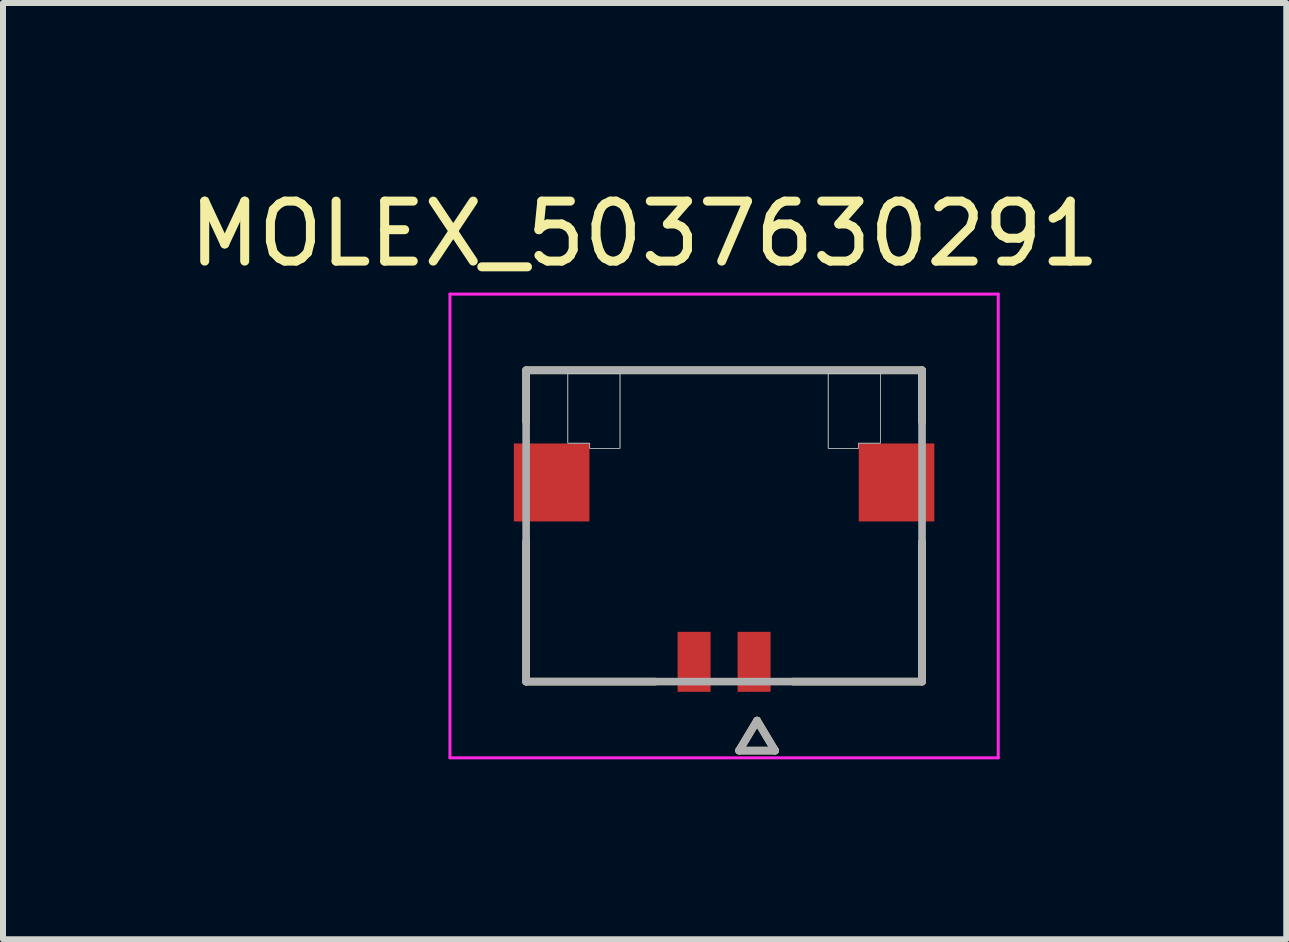
<source format=kicad_pcb>
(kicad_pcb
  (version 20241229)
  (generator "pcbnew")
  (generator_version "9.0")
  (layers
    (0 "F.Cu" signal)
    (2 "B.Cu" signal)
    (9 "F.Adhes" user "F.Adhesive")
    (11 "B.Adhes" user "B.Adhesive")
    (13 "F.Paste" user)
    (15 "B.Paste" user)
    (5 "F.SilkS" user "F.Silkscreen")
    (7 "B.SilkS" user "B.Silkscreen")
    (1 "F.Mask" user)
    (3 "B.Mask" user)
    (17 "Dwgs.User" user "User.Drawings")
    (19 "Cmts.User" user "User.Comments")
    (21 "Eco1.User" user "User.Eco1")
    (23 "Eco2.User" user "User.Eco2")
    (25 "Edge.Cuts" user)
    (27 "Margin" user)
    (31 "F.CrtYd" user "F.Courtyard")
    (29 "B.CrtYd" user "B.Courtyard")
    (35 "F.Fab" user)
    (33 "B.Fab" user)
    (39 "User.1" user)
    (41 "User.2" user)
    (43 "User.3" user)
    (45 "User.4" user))
  (footprint "MOLEX_5037630291"
    (layer "F.Cu")
    (at 9.021 5.718)
    (property "Reference" "MOLEX_5037630291" (at -1.325 -4.87 0) (layer "F.SilkS") (effects (font (size 1 1) (thickness 0.15))))
    (attr through_hole)
    (fp_poly (pts (xy -3.581 -1.451) (xy -2.169 -1.451) (xy -2.169 0.001) (xy -3.581 0.001)) (stroke (width 0.01) (type solid)) (fill yes) (layer "F.Mask"))
    (fp_poly (pts (xy -0.851 1.689) (xy -0.149 1.689) (xy -0.149 2.841) (xy -0.851 2.841)) (stroke (width 0.01) (type solid)) (fill yes) (layer "F.Mask"))
    (fp_poly (pts (xy 0.149 1.689) (xy 0.851 1.689) (xy 0.851 2.841) (xy 0.149 2.841)) (stroke (width 0.01) (type solid)) (fill yes) (layer "F.Mask"))
    (fp_poly (pts (xy 2.169 -1.451) (xy 3.581 -1.451) (xy 3.581 0.001) (xy 2.169 0.001)) (stroke (width 0.01) (type solid)) (fill yes) (layer "F.Mask"))
    (fp_line (start -3.3 -2.595) (end -3.3 -1.735) (stroke (width 0.127) (type solid)) (layer "F.SilkS"))
    (fp_line (start -3.3 2.595) (end -3.3 0.265) (stroke (width 0.127) (type solid)) (layer "F.SilkS"))
    (fp_line (start -1.15 2.595) (end -3.3 2.595) (stroke (width 0.127) (type solid)) (layer "F.SilkS"))
    (fp_line (start 0.25 3.745) (end 0.55 3.245) (stroke (width 0.127) (type solid)) (layer "F.SilkS"))
    (fp_line (start 0.55 3.245) (end 0.85 3.745) (stroke (width 0.127) (type solid)) (layer "F.SilkS"))
    (fp_line (start 0.85 3.745) (end 0.25 3.745) (stroke (width 0.127) (type solid)) (layer "F.SilkS"))
    (fp_line (start 3.3 -2.595) (end -3.3 -2.595) (stroke (width 0.127) (type solid)) (layer "F.SilkS"))
    (fp_line (start 3.3 -2.595) (end 3.3 -1.735) (stroke (width 0.127) (type solid)) (layer "F.SilkS"))
    (fp_line (start 3.3 0.265) (end 3.3 2.595) (stroke (width 0.127) (type solid)) (layer "F.SilkS"))
    (fp_line (start 3.3 2.595) (end 1.15 2.595) (stroke (width 0.127) (type solid)) (layer "F.SilkS"))
    (fp_poly (pts (xy -2.605 -1.38) (xy -2.605 -2.545) (xy -1.735 -2.545) (xy -1.735 -1.295) (xy -2.24 -1.295) (xy -2.24 -1.38)) (stroke (width 0.01) (type solid)) (fill no) (layer "Dwgs.User"))
    (fp_poly (pts (xy -2.605 -1.38) (xy -2.605 -2.545) (xy -1.735 -2.545) (xy -1.735 -1.295) (xy -2.24 -1.295) (xy -2.24 -1.38)) (stroke (width 0.01) (type solid)) (fill no) (layer "Dwgs.User"))
    (fp_poly (pts (xy 2.605 -2.545) (xy 2.605 -1.38) (xy 2.24 -1.38) (xy 2.24 -1.295) (xy 1.735 -1.295) (xy 1.735 -2.545)) (stroke (width 0.01) (type solid)) (fill no) (layer "Dwgs.User"))
    (fp_poly (pts (xy 2.605 -2.545) (xy 2.605 -1.38) (xy 2.24 -1.38) (xy 2.24 -1.295) (xy 1.735 -1.295) (xy 1.735 -2.545)) (stroke (width 0.01) (type solid)) (fill no) (layer "Dwgs.User"))
    (fp_line (start -4.57 -3.865) (end 4.57 -3.865) (stroke (width 0.05) (type solid)) (layer "F.CrtYd"))
    (fp_line (start -4.57 3.865) (end -4.57 -3.865) (stroke (width 0.05) (type solid)) (layer "F.CrtYd"))
    (fp_line (start -4.57 3.865) (end 4.57 3.865) (stroke (width 0.05) (type solid)) (layer "F.CrtYd"))
    (fp_line (start 4.57 -3.865) (end 4.57 3.865) (stroke (width 0.05) (type solid)) (layer "F.CrtYd"))
    (fp_line (start -3.3 -2.595) (end 3.3 -2.595) (stroke (width 0.127) (type solid)) (layer "F.Fab"))
    (fp_line (start -3.3 2.595) (end -3.3 -2.595) (stroke (width 0.127) (type solid)) (layer "F.Fab"))
    (fp_line (start 0.25 3.745) (end 0.55 3.245) (stroke (width 0.127) (type solid)) (layer "F.Fab"))
    (fp_line (start 0.55 3.245) (end 0.85 3.745) (stroke (width 0.127) (type solid)) (layer "F.Fab"))
    (fp_line (start 0.85 3.745) (end 0.25 3.745) (stroke (width 0.127) (type solid)) (layer "F.Fab"))
    (fp_line (start 3.3 -2.595) (end 3.3 2.595) (stroke (width 0.127) (type solid)) (layer "F.Fab"))
    (fp_line (start 3.3 2.595) (end -3.3 2.595) (stroke (width 0.127) (type solid)) (layer "F.Fab"))
    (pad "1" smd rect (at 0.5 2.265) (size 0.55 1) (layers "F.Cu" "F.Paste"))
    (pad "2" smd rect (at -0.5 2.265) (size 0.55 1) (layers "F.Cu" "F.Paste"))
    (pad "S1" smd rect (at 2.875 -0.725) (size 1.26 1.3) (layers "F.Cu" "F.Paste"))
    (pad "S2" smd rect (at -2.875 -0.725) (size 1.26 1.3) (layers "F.Cu" "F.Paste")))
  (gr_rect
    (start -3 -3)
    (end 18.393 12.608)
    (stroke (width 0.1) (type default))
    (fill no)
    (layer "Edge.Cuts")))
</source>
